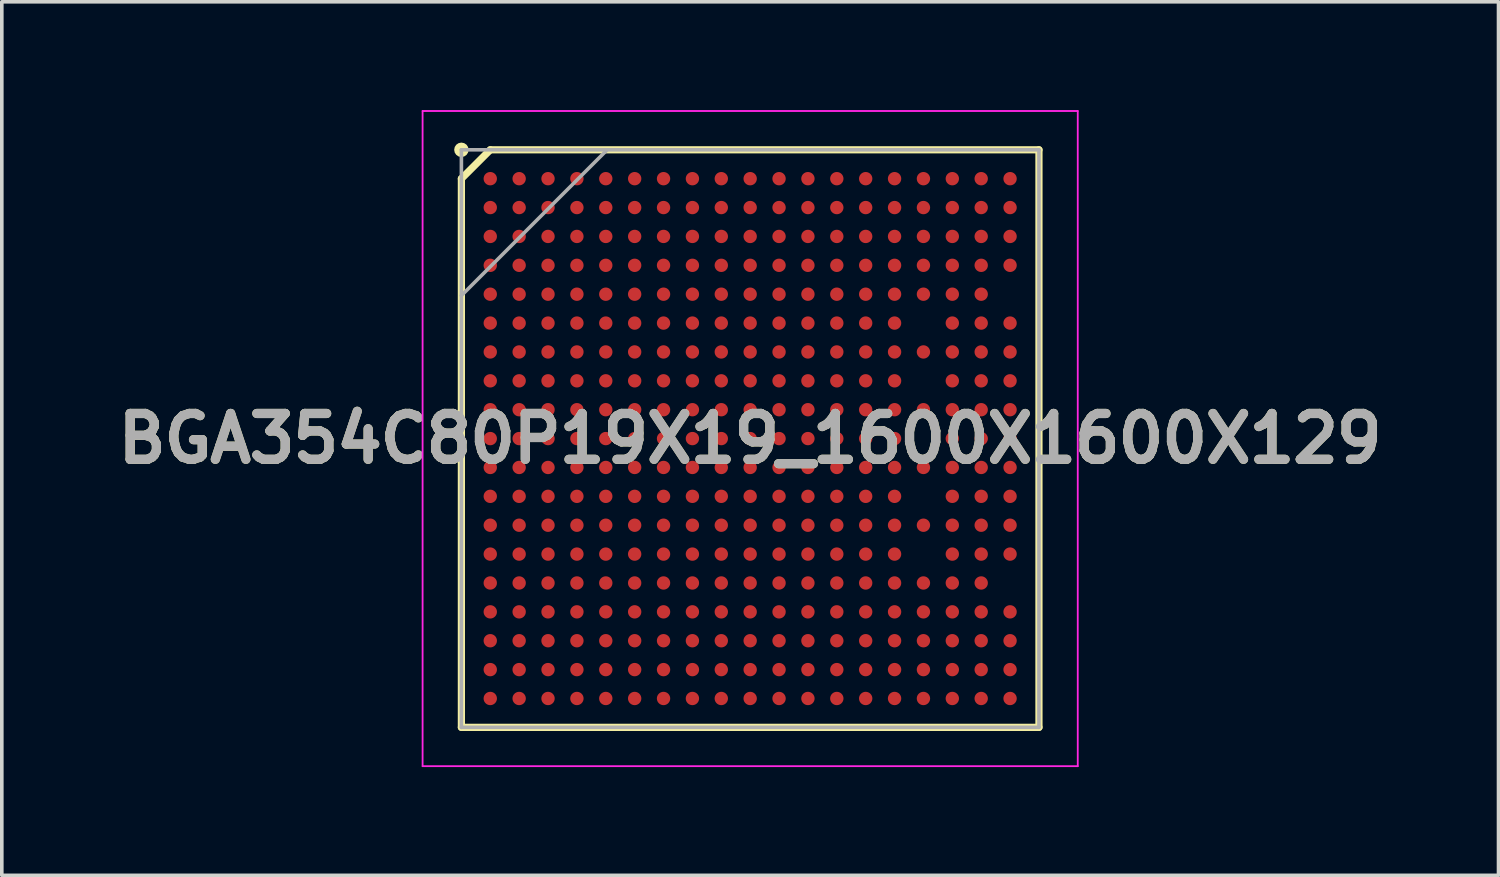
<source format=kicad_pcb>
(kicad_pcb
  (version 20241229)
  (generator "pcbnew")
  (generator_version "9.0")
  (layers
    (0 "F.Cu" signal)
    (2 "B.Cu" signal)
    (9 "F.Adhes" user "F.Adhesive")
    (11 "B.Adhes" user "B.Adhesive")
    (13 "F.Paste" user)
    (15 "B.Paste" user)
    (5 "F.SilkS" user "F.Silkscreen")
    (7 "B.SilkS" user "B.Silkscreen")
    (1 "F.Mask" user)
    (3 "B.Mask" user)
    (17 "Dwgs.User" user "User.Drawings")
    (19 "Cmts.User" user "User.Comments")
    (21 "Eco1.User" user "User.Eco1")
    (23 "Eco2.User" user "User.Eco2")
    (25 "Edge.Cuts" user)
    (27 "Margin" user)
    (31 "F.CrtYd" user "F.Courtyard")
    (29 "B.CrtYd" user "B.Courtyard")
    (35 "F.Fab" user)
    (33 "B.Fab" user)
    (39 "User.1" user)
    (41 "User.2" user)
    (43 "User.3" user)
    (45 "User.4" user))
  (footprint "BGA354C80P19X19_1600X1600X129"
    (layer "F.Cu")
    (at 17.732 9.1)
    (property "Reference" "BGA354C80P19X19_1600X1600X129" (at 0 0 0) (layer "F.SilkS") (effects (font (size 1.27 1.27) (thickness 0.254))))
    (attr smd)
    (fp_line (start -8 -7.2) (end -7.2 -8) (stroke (width 0.2) (type solid)) (layer "F.SilkS"))
    (fp_line (start -8 8) (end -8 -7.2) (stroke (width 0.2) (type solid)) (layer "F.SilkS"))
    (fp_line (start -7.2 -8) (end 8 -8) (stroke (width 0.2) (type solid)) (layer "F.SilkS"))
    (fp_line (start 8 -8) (end 8 8) (stroke (width 0.2) (type solid)) (layer "F.SilkS"))
    (fp_line (start 8 8) (end -8 8) (stroke (width 0.2) (type solid)) (layer "F.SilkS"))
    (fp_circle (center -8 -8) (end -8 -7.9) (stroke (width 0.2) (type solid)) (fill no) (layer "F.SilkS"))
    (fp_line (start -9.075 -9.075) (end 9.075 -9.075) (stroke (width 0.05) (type solid)) (layer "F.CrtYd"))
    (fp_line (start -9.075 9.075) (end -9.075 -9.075) (stroke (width 0.05) (type solid)) (layer "F.CrtYd"))
    (fp_line (start 9.075 -9.075) (end 9.075 9.075) (stroke (width 0.05) (type solid)) (layer "F.CrtYd"))
    (fp_line (start 9.075 9.075) (end -9.075 9.075) (stroke (width 0.05) (type solid)) (layer "F.CrtYd"))
    (fp_line (start -8 -8) (end 8 -8) (stroke (width 0.1) (type solid)) (layer "F.Fab"))
    (fp_line (start -8 -3.962) (end -3.962 -8) (stroke (width 0.1) (type solid)) (layer "F.Fab"))
    (fp_line (start -8 8) (end -8 -8) (stroke (width 0.1) (type solid)) (layer "F.Fab"))
    (fp_line (start 8 -8) (end 8 8) (stroke (width 0.1) (type solid)) (layer "F.Fab"))
    (fp_line (start 8 8) (end -8 8) (stroke (width 0.1) (type solid)) (layer "F.Fab"))
    (fp_text user "${REFERENCE}" (at 0 0 0) (layer "F.Fab") (effects (font (size 1.27 1.27) (thickness 0.254))))
    (pad "A1" smd circle (at -7.2 -7.2 90) (size 0.37 0.37) (layers "F.Cu" "F.Mask" "F.Paste"))
    (pad "A2" smd circle (at -6.4 -7.2 90) (size 0.37 0.37) (layers "F.Cu" "F.Mask" "F.Paste"))
    (pad "A3" smd circle (at -5.6 -7.2 90) (size 0.37 0.37) (layers "F.Cu" "F.Mask" "F.Paste"))
    (pad "A4" smd circle (at -4.8 -7.2 90) (size 0.37 0.37) (layers "F.Cu" "F.Mask" "F.Paste"))
    (pad "A5" smd circle (at -4 -7.2 90) (size 0.37 0.37) (layers "F.Cu" "F.Mask" "F.Paste"))
    (pad "A6" smd circle (at -3.2 -7.2 90) (size 0.37 0.37) (layers "F.Cu" "F.Mask" "F.Paste"))
    (pad "A7" smd circle (at -2.4 -7.2 90) (size 0.37 0.37) (layers "F.Cu" "F.Mask" "F.Paste"))
    (pad "A8" smd circle (at -1.6 -7.2 90) (size 0.37 0.37) (layers "F.Cu" "F.Mask" "F.Paste"))
    (pad "A9" smd circle (at -0.8 -7.2 90) (size 0.37 0.37) (layers "F.Cu" "F.Mask" "F.Paste"))
    (pad "A10" smd circle (at 0 -7.2 90) (size 0.37 0.37) (layers "F.Cu" "F.Mask" "F.Paste"))
    (pad "A11" smd circle (at 0.8 -7.2 90) (size 0.37 0.37) (layers "F.Cu" "F.Mask" "F.Paste"))
    (pad "A12" smd circle (at 1.6 -7.2 90) (size 0.37 0.37) (layers "F.Cu" "F.Mask" "F.Paste"))
    (pad "A13" smd circle (at 2.4 -7.2 90) (size 0.37 0.37) (layers "F.Cu" "F.Mask" "F.Paste"))
    (pad "A14" smd circle (at 3.2 -7.2 90) (size 0.37 0.37) (layers "F.Cu" "F.Mask" "F.Paste"))
    (pad "A15" smd circle (at 4 -7.2 90) (size 0.37 0.37) (layers "F.Cu" "F.Mask" "F.Paste"))
    (pad "A16" smd circle (at 4.8 -7.2 90) (size 0.37 0.37) (layers "F.Cu" "F.Mask" "F.Paste"))
    (pad "A17" smd circle (at 5.6 -7.2 90) (size 0.37 0.37) (layers "F.Cu" "F.Mask" "F.Paste"))
    (pad "A18" smd circle (at 6.4 -7.2 90) (size 0.37 0.37) (layers "F.Cu" "F.Mask" "F.Paste"))
    (pad "A19" smd circle (at 7.2 -7.2 90) (size 0.37 0.37) (layers "F.Cu" "F.Mask" "F.Paste"))
    (pad "B1" smd circle (at -7.2 -6.4 90) (size 0.37 0.37) (layers "F.Cu" "F.Mask" "F.Paste"))
    (pad "B2" smd circle (at -6.4 -6.4 90) (size 0.37 0.37) (layers "F.Cu" "F.Mask" "F.Paste"))
    (pad "B3" smd circle (at -5.6 -6.4 90) (size 0.37 0.37) (layers "F.Cu" "F.Mask" "F.Paste"))
    (pad "B4" smd circle (at -4.8 -6.4 90) (size 0.37 0.37) (layers "F.Cu" "F.Mask" "F.Paste"))
    (pad "B5" smd circle (at -4 -6.4 90) (size 0.37 0.37) (layers "F.Cu" "F.Mask" "F.Paste"))
    (pad "B6" smd circle (at -3.2 -6.4 90) (size 0.37 0.37) (layers "F.Cu" "F.Mask" "F.Paste"))
    (pad "B7" smd circle (at -2.4 -6.4 90) (size 0.37 0.37) (layers "F.Cu" "F.Mask" "F.Paste"))
    (pad "B8" smd circle (at -1.6 -6.4 90) (size 0.37 0.37) (layers "F.Cu" "F.Mask" "F.Paste"))
    (pad "B9" smd circle (at -0.8 -6.4 90) (size 0.37 0.37) (layers "F.Cu" "F.Mask" "F.Paste"))
    (pad "B10" smd circle (at 0 -6.4 90) (size 0.37 0.37) (layers "F.Cu" "F.Mask" "F.Paste"))
    (pad "B11" smd circle (at 0.8 -6.4 90) (size 0.37 0.37) (layers "F.Cu" "F.Mask" "F.Paste"))
    (pad "B12" smd circle (at 1.6 -6.4 90) (size 0.37 0.37) (layers "F.Cu" "F.Mask" "F.Paste"))
    (pad "B13" smd circle (at 2.4 -6.4 90) (size 0.37 0.37) (layers "F.Cu" "F.Mask" "F.Paste"))
    (pad "B14" smd circle (at 3.2 -6.4 90) (size 0.37 0.37) (layers "F.Cu" "F.Mask" "F.Paste"))
    (pad "B15" smd circle (at 4 -6.4 90) (size 0.37 0.37) (layers "F.Cu" "F.Mask" "F.Paste"))
    (pad "B16" smd circle (at 4.8 -6.4 90) (size 0.37 0.37) (layers "F.Cu" "F.Mask" "F.Paste"))
    (pad "B17" smd circle (at 5.6 -6.4 90) (size 0.37 0.37) (layers "F.Cu" "F.Mask" "F.Paste"))
    (pad "B18" smd circle (at 6.4 -6.4 90) (size 0.37 0.37) (layers "F.Cu" "F.Mask" "F.Paste"))
    (pad "B19" smd circle (at 7.2 -6.4 90) (size 0.37 0.37) (layers "F.Cu" "F.Mask" "F.Paste"))
    (pad "C1" smd circle (at -7.2 -5.6 90) (size 0.37 0.37) (layers "F.Cu" "F.Mask" "F.Paste"))
    (pad "C2" smd circle (at -6.4 -5.6 90) (size 0.37 0.37) (layers "F.Cu" "F.Mask" "F.Paste"))
    (pad "C3" smd circle (at -5.6 -5.6 90) (size 0.37 0.37) (layers "F.Cu" "F.Mask" "F.Paste"))
    (pad "C4" smd circle (at -4.8 -5.6 90) (size 0.37 0.37) (layers "F.Cu" "F.Mask" "F.Paste"))
    (pad "C5" smd circle (at -4 -5.6 90) (size 0.37 0.37) (layers "F.Cu" "F.Mask" "F.Paste"))
    (pad "C6" smd circle (at -3.2 -5.6 90) (size 0.37 0.37) (layers "F.Cu" "F.Mask" "F.Paste"))
    (pad "C7" smd circle (at -2.4 -5.6 90) (size 0.37 0.37) (layers "F.Cu" "F.Mask" "F.Paste"))
    (pad "C8" smd circle (at -1.6 -5.6 90) (size 0.37 0.37) (layers "F.Cu" "F.Mask" "F.Paste"))
    (pad "C9" smd circle (at -0.8 -5.6 90) (size 0.37 0.37) (layers "F.Cu" "F.Mask" "F.Paste"))
    (pad "C10" smd circle (at 0 -5.6 90) (size 0.37 0.37) (layers "F.Cu" "F.Mask" "F.Paste"))
    (pad "C11" smd circle (at 0.8 -5.6 90) (size 0.37 0.37) (layers "F.Cu" "F.Mask" "F.Paste"))
    (pad "C12" smd circle (at 1.6 -5.6 90) (size 0.37 0.37) (layers "F.Cu" "F.Mask" "F.Paste"))
    (pad "C13" smd circle (at 2.4 -5.6 90) (size 0.37 0.37) (layers "F.Cu" "F.Mask" "F.Paste"))
    (pad "C14" smd circle (at 3.2 -5.6 90) (size 0.37 0.37) (layers "F.Cu" "F.Mask" "F.Paste"))
    (pad "C15" smd circle (at 4 -5.6 90) (size 0.37 0.37) (layers "F.Cu" "F.Mask" "F.Paste"))
    (pad "C16" smd circle (at 4.8 -5.6 90) (size 0.37 0.37) (layers "F.Cu" "F.Mask" "F.Paste"))
    (pad "C17" smd circle (at 5.6 -5.6 90) (size 0.37 0.37) (layers "F.Cu" "F.Mask" "F.Paste"))
    (pad "C18" smd circle (at 6.4 -5.6 90) (size 0.37 0.37) (layers "F.Cu" "F.Mask" "F.Paste"))
    (pad "C19" smd circle (at 7.2 -5.6 90) (size 0.37 0.37) (layers "F.Cu" "F.Mask" "F.Paste"))
    (pad "D1" smd circle (at -7.2 -4.8 90) (size 0.37 0.37) (layers "F.Cu" "F.Mask" "F.Paste"))
    (pad "D2" smd circle (at -6.4 -4.8 90) (size 0.37 0.37) (layers "F.Cu" "F.Mask" "F.Paste"))
    (pad "D3" smd circle (at -5.6 -4.8 90) (size 0.37 0.37) (layers "F.Cu" "F.Mask" "F.Paste"))
    (pad "D4" smd circle (at -4.8 -4.8 90) (size 0.37 0.37) (layers "F.Cu" "F.Mask" "F.Paste"))
    (pad "D5" smd circle (at -4 -4.8 90) (size 0.37 0.37) (layers "F.Cu" "F.Mask" "F.Paste"))
    (pad "D6" smd circle (at -3.2 -4.8 90) (size 0.37 0.37) (layers "F.Cu" "F.Mask" "F.Paste"))
    (pad "D7" smd circle (at -2.4 -4.8 90) (size 0.37 0.37) (layers "F.Cu" "F.Mask" "F.Paste"))
    (pad "D8" smd circle (at -1.6 -4.8 90) (size 0.37 0.37) (layers "F.Cu" "F.Mask" "F.Paste"))
    (pad "D9" smd circle (at -0.8 -4.8 90) (size 0.37 0.37) (layers "F.Cu" "F.Mask" "F.Paste"))
    (pad "D10" smd circle (at 0 -4.8 90) (size 0.37 0.37) (layers "F.Cu" "F.Mask" "F.Paste"))
    (pad "D11" smd circle (at 0.8 -4.8 90) (size 0.37 0.37) (layers "F.Cu" "F.Mask" "F.Paste"))
    (pad "D12" smd circle (at 1.6 -4.8 90) (size 0.37 0.37) (layers "F.Cu" "F.Mask" "F.Paste"))
    (pad "D13" smd circle (at 2.4 -4.8 90) (size 0.37 0.37) (layers "F.Cu" "F.Mask" "F.Paste"))
    (pad "D14" smd circle (at 3.2 -4.8 90) (size 0.37 0.37) (layers "F.Cu" "F.Mask" "F.Paste"))
    (pad "D15" smd circle (at 4 -4.8 90) (size 0.37 0.37) (layers "F.Cu" "F.Mask" "F.Paste"))
    (pad "D16" smd circle (at 4.8 -4.8 90) (size 0.37 0.37) (layers "F.Cu" "F.Mask" "F.Paste"))
    (pad "D17" smd circle (at 5.6 -4.8 90) (size 0.37 0.37) (layers "F.Cu" "F.Mask" "F.Paste"))
    (pad "D18" smd circle (at 6.4 -4.8 90) (size 0.37 0.37) (layers "F.Cu" "F.Mask" "F.Paste"))
    (pad "D19" smd circle (at 7.2 -4.8 90) (size 0.37 0.37) (layers "F.Cu" "F.Mask" "F.Paste"))
    (pad "E1" smd circle (at -7.2 -4 90) (size 0.37 0.37) (layers "F.Cu" "F.Mask" "F.Paste"))
    (pad "E2" smd circle (at -6.4 -4 90) (size 0.37 0.37) (layers "F.Cu" "F.Mask" "F.Paste"))
    (pad "E3" smd circle (at -5.6 -4 90) (size 0.37 0.37) (layers "F.Cu" "F.Mask" "F.Paste"))
    (pad "E4" smd circle (at -4.8 -4 90) (size 0.37 0.37) (layers "F.Cu" "F.Mask" "F.Paste"))
    (pad "E5" smd circle (at -4 -4 90) (size 0.37 0.37) (layers "F.Cu" "F.Mask" "F.Paste"))
    (pad "E6" smd circle (at -3.2 -4 90) (size 0.37 0.37) (layers "F.Cu" "F.Mask" "F.Paste"))
    (pad "E7" smd circle (at -2.4 -4 90) (size 0.37 0.37) (layers "F.Cu" "F.Mask" "F.Paste"))
    (pad "E8" smd circle (at -1.6 -4 90) (size 0.37 0.37) (layers "F.Cu" "F.Mask" "F.Paste"))
    (pad "E9" smd circle (at -0.8 -4 90) (size 0.37 0.37) (layers "F.Cu" "F.Mask" "F.Paste"))
    (pad "E10" smd circle (at 0 -4 90) (size 0.37 0.37) (layers "F.Cu" "F.Mask" "F.Paste"))
    (pad "E11" smd circle (at 0.8 -4 90) (size 0.37 0.37) (layers "F.Cu" "F.Mask" "F.Paste"))
    (pad "E12" smd circle (at 1.6 -4 90) (size 0.37 0.37) (layers "F.Cu" "F.Mask" "F.Paste"))
    (pad "E13" smd circle (at 2.4 -4 90) (size 0.37 0.37) (layers "F.Cu" "F.Mask" "F.Paste"))
    (pad "E14" smd circle (at 3.2 -4 90) (size 0.37 0.37) (layers "F.Cu" "F.Mask" "F.Paste"))
    (pad "E15" smd circle (at 4 -4 90) (size 0.37 0.37) (layers "F.Cu" "F.Mask" "F.Paste"))
    (pad "E16" smd circle (at 4.8 -4 90) (size 0.37 0.37) (layers "F.Cu" "F.Mask" "F.Paste"))
    (pad "E17" smd circle (at 5.6 -4 90) (size 0.37 0.37) (layers "F.Cu" "F.Mask" "F.Paste"))
    (pad "E18" smd circle (at 6.4 -4 90) (size 0.37 0.37) (layers "F.Cu" "F.Mask" "F.Paste"))
    (pad "F1" smd circle (at -7.2 -3.2 90) (size 0.37 0.37) (layers "F.Cu" "F.Mask" "F.Paste"))
    (pad "F2" smd circle (at -6.4 -3.2 90) (size 0.37 0.37) (layers "F.Cu" "F.Mask" "F.Paste"))
    (pad "F3" smd circle (at -5.6 -3.2 90) (size 0.37 0.37) (layers "F.Cu" "F.Mask" "F.Paste"))
    (pad "F4" smd circle (at -4.8 -3.2 90) (size 0.37 0.37) (layers "F.Cu" "F.Mask" "F.Paste"))
    (pad "F5" smd circle (at -4 -3.2 90) (size 0.37 0.37) (layers "F.Cu" "F.Mask" "F.Paste"))
    (pad "F6" smd circle (at -3.2 -3.2 90) (size 0.37 0.37) (layers "F.Cu" "F.Mask" "F.Paste"))
    (pad "F7" smd circle (at -2.4 -3.2 90) (size 0.37 0.37) (layers "F.Cu" "F.Mask" "F.Paste"))
    (pad "F8" smd circle (at -1.6 -3.2 90) (size 0.37 0.37) (layers "F.Cu" "F.Mask" "F.Paste"))
    (pad "F9" smd circle (at -0.8 -3.2 90) (size 0.37 0.37) (layers "F.Cu" "F.Mask" "F.Paste"))
    (pad "F10" smd circle (at 0 -3.2 90) (size 0.37 0.37) (layers "F.Cu" "F.Mask" "F.Paste"))
    (pad "F11" smd circle (at 0.8 -3.2 90) (size 0.37 0.37) (layers "F.Cu" "F.Mask" "F.Paste"))
    (pad "F12" smd circle (at 1.6 -3.2 90) (size 0.37 0.37) (layers "F.Cu" "F.Mask" "F.Paste"))
    (pad "F13" smd circle (at 2.4 -3.2 90) (size 0.37 0.37) (layers "F.Cu" "F.Mask" "F.Paste"))
    (pad "F14" smd circle (at 3.2 -3.2 90) (size 0.37 0.37) (layers "F.Cu" "F.Mask" "F.Paste"))
    (pad "F15" smd circle (at 4 -3.2 90) (size 0.37 0.37) (layers "F.Cu" "F.Mask" "F.Paste"))
    (pad "F17" smd circle (at 5.6 -3.2 90) (size 0.37 0.37) (layers "F.Cu" "F.Mask" "F.Paste"))
    (pad "F18" smd circle (at 6.4 -3.2 90) (size 0.37 0.37) (layers "F.Cu" "F.Mask" "F.Paste"))
    (pad "F19" smd circle (at 7.2 -3.2 90) (size 0.37 0.37) (layers "F.Cu" "F.Mask" "F.Paste"))
    (pad "G1" smd circle (at -7.2 -2.4 90) (size 0.37 0.37) (layers "F.Cu" "F.Mask" "F.Paste"))
    (pad "G2" smd circle (at -6.4 -2.4 90) (size 0.37 0.37) (layers "F.Cu" "F.Mask" "F.Paste"))
    (pad "G3" smd circle (at -5.6 -2.4 90) (size 0.37 0.37) (layers "F.Cu" "F.Mask" "F.Paste"))
    (pad "G4" smd circle (at -4.8 -2.4 90) (size 0.37 0.37) (layers "F.Cu" "F.Mask" "F.Paste"))
    (pad "G5" smd circle (at -4 -2.4 90) (size 0.37 0.37) (layers "F.Cu" "F.Mask" "F.Paste"))
    (pad "G6" smd circle (at -3.2 -2.4 90) (size 0.37 0.37) (layers "F.Cu" "F.Mask" "F.Paste"))
    (pad "G7" smd circle (at -2.4 -2.4 90) (size 0.37 0.37) (layers "F.Cu" "F.Mask" "F.Paste"))
    (pad "G8" smd circle (at -1.6 -2.4 90) (size 0.37 0.37) (layers "F.Cu" "F.Mask" "F.Paste"))
    (pad "G9" smd circle (at -0.8 -2.4 90) (size 0.37 0.37) (layers "F.Cu" "F.Mask" "F.Paste"))
    (pad "G10" smd circle (at 0 -2.4 90) (size 0.37 0.37) (layers "F.Cu" "F.Mask" "F.Paste"))
    (pad "G11" smd circle (at 0.8 -2.4 90) (size 0.37 0.37) (layers "F.Cu" "F.Mask" "F.Paste"))
    (pad "G12" smd circle (at 1.6 -2.4 90) (size 0.37 0.37) (layers "F.Cu" "F.Mask" "F.Paste"))
    (pad "G13" smd circle (at 2.4 -2.4 90) (size 0.37 0.37) (layers "F.Cu" "F.Mask" "F.Paste"))
    (pad "G14" smd circle (at 3.2 -2.4 90) (size 0.37 0.37) (layers "F.Cu" "F.Mask" "F.Paste"))
    (pad "G15" smd circle (at 4 -2.4 90) (size 0.37 0.37) (layers "F.Cu" "F.Mask" "F.Paste"))
    (pad "G16" smd circle (at 4.8 -2.4 90) (size 0.37 0.37) (layers "F.Cu" "F.Mask" "F.Paste"))
    (pad "G17" smd circle (at 5.6 -2.4 90) (size 0.37 0.37) (layers "F.Cu" "F.Mask" "F.Paste"))
    (pad "G18" smd circle (at 6.4 -2.4 90) (size 0.37 0.37) (layers "F.Cu" "F.Mask" "F.Paste"))
    (pad "G19" smd circle (at 7.2 -2.4 90) (size 0.37 0.37) (layers "F.Cu" "F.Mask" "F.Paste"))
    (pad "H1" smd circle (at -7.2 -1.6 90) (size 0.37 0.37) (layers "F.Cu" "F.Mask" "F.Paste"))
    (pad "H2" smd circle (at -6.4 -1.6 90) (size 0.37 0.37) (layers "F.Cu" "F.Mask" "F.Paste"))
    (pad "H3" smd circle (at -5.6 -1.6 90) (size 0.37 0.37) (layers "F.Cu" "F.Mask" "F.Paste"))
    (pad "H4" smd circle (at -4.8 -1.6 90) (size 0.37 0.37) (layers "F.Cu" "F.Mask" "F.Paste"))
    (pad "H5" smd circle (at -4 -1.6 90) (size 0.37 0.37) (layers "F.Cu" "F.Mask" "F.Paste"))
    (pad "H6" smd circle (at -3.2 -1.6 90) (size 0.37 0.37) (layers "F.Cu" "F.Mask" "F.Paste"))
    (pad "H7" smd circle (at -2.4 -1.6 90) (size 0.37 0.37) (layers "F.Cu" "F.Mask" "F.Paste"))
    (pad "H8" smd circle (at -1.6 -1.6 90) (size 0.37 0.37) (layers "F.Cu" "F.Mask" "F.Paste"))
    (pad "H9" smd circle (at -0.8 -1.6 90) (size 0.37 0.37) (layers "F.Cu" "F.Mask" "F.Paste"))
    (pad "H10" smd circle (at 0 -1.6 90) (size 0.37 0.37) (layers "F.Cu" "F.Mask" "F.Paste"))
    (pad "H11" smd circle (at 0.8 -1.6 90) (size 0.37 0.37) (layers "F.Cu" "F.Mask" "F.Paste"))
    (pad "H12" smd circle (at 1.6 -1.6 90) (size 0.37 0.37) (layers "F.Cu" "F.Mask" "F.Paste"))
    (pad "H13" smd circle (at 2.4 -1.6 90) (size 0.37 0.37) (layers "F.Cu" "F.Mask" "F.Paste"))
    (pad "H14" smd circle (at 3.2 -1.6 90) (size 0.37 0.37) (layers "F.Cu" "F.Mask" "F.Paste"))
    (pad "H15" smd circle (at 4 -1.6 90) (size 0.37 0.37) (layers "F.Cu" "F.Mask" "F.Paste"))
    (pad "H17" smd circle (at 5.6 -1.6 90) (size 0.37 0.37) (layers "F.Cu" "F.Mask" "F.Paste"))
    (pad "H18" smd circle (at 6.4 -1.6 90) (size 0.37 0.37) (layers "F.Cu" "F.Mask" "F.Paste"))
    (pad "H19" smd circle (at 7.2 -1.6 90) (size 0.37 0.37) (layers "F.Cu" "F.Mask" "F.Paste"))
    (pad "J1" smd circle (at -7.2 -0.8 90) (size 0.37 0.37) (layers "F.Cu" "F.Mask" "F.Paste"))
    (pad "J2" smd circle (at -6.4 -0.8 90) (size 0.37 0.37) (layers "F.Cu" "F.Mask" "F.Paste"))
    (pad "J3" smd circle (at -5.6 -0.8 90) (size 0.37 0.37) (layers "F.Cu" "F.Mask" "F.Paste"))
    (pad "J4" smd circle (at -4.8 -0.8 90) (size 0.37 0.37) (layers "F.Cu" "F.Mask" "F.Paste"))
    (pad "J5" smd circle (at -4 -0.8 90) (size 0.37 0.37) (layers "F.Cu" "F.Mask" "F.Paste"))
    (pad "J6" smd circle (at -3.2 -0.8 90) (size 0.37 0.37) (layers "F.Cu" "F.Mask" "F.Paste"))
    (pad "J7" smd circle (at -2.4 -0.8 90) (size 0.37 0.37) (layers "F.Cu" "F.Mask" "F.Paste"))
    (pad "J8" smd circle (at -1.6 -0.8 90) (size 0.37 0.37) (layers "F.Cu" "F.Mask" "F.Paste"))
    (pad "J9" smd circle (at -0.8 -0.8 90) (size 0.37 0.37) (layers "F.Cu" "F.Mask" "F.Paste"))
    (pad "J10" smd circle (at 0 -0.8 90) (size 0.37 0.37) (layers "F.Cu" "F.Mask" "F.Paste"))
    (pad "J11" smd circle (at 0.8 -0.8 90) (size 0.37 0.37) (layers "F.Cu" "F.Mask" "F.Paste"))
    (pad "J12" smd circle (at 1.6 -0.8 90) (size 0.37 0.37) (layers "F.Cu" "F.Mask" "F.Paste"))
    (pad "J13" smd circle (at 2.4 -0.8 90) (size 0.37 0.37) (layers "F.Cu" "F.Mask" "F.Paste"))
    (pad "J14" smd circle (at 3.2 -0.8 90) (size 0.37 0.37) (layers "F.Cu" "F.Mask" "F.Paste"))
    (pad "J15" smd circle (at 4 -0.8 90) (size 0.37 0.37) (layers "F.Cu" "F.Mask" "F.Paste"))
    (pad "J16" smd circle (at 4.8 -0.8 90) (size 0.37 0.37) (layers "F.Cu" "F.Mask" "F.Paste"))
    (pad "J17" smd circle (at 5.6 -0.8 90) (size 0.37 0.37) (layers "F.Cu" "F.Mask" "F.Paste"))
    (pad "J18" smd circle (at 6.4 -0.8 90) (size 0.37 0.37) (layers "F.Cu" "F.Mask" "F.Paste"))
    (pad "J19" smd circle (at 7.2 -0.8 90) (size 0.37 0.37) (layers "F.Cu" "F.Mask" "F.Paste"))
    (pad "K1" smd circle (at -7.2 0 90) (size 0.37 0.37) (layers "F.Cu" "F.Mask" "F.Paste"))
    (pad "K2" smd circle (at -6.4 0 90) (size 0.37 0.37) (layers "F.Cu" "F.Mask" "F.Paste"))
    (pad "K3" smd circle (at -5.6 0 90) (size 0.37 0.37) (layers "F.Cu" "F.Mask" "F.Paste"))
    (pad "K4" smd circle (at -4.8 0 90) (size 0.37 0.37) (layers "F.Cu" "F.Mask" "F.Paste"))
    (pad "K5" smd circle (at -4 0 90) (size 0.37 0.37) (layers "F.Cu" "F.Mask" "F.Paste"))
    (pad "K6" smd circle (at -3.2 0 90) (size 0.37 0.37) (layers "F.Cu" "F.Mask" "F.Paste"))
    (pad "K7" smd circle (at -2.4 0 90) (size 0.37 0.37) (layers "F.Cu" "F.Mask" "F.Paste"))
    (pad "K8" smd circle (at -1.6 0 90) (size 0.37 0.37) (layers "F.Cu" "F.Mask" "F.Paste"))
    (pad "K9" smd circle (at -0.8 0 90) (size 0.37 0.37) (layers "F.Cu" "F.Mask" "F.Paste"))
    (pad "K10" smd circle (at 0 0 90) (size 0.37 0.37) (layers "F.Cu" "F.Mask" "F.Paste"))
    (pad "K11" smd circle (at 0.8 0 90) (size 0.37 0.37) (layers "F.Cu" "F.Mask" "F.Paste"))
    (pad "K12" smd circle (at 1.6 0 90) (size 0.37 0.37) (layers "F.Cu" "F.Mask" "F.Paste"))
    (pad "K13" smd circle (at 2.4 0 90) (size 0.37 0.37) (layers "F.Cu" "F.Mask" "F.Paste"))
    (pad "K14" smd circle (at 3.2 0 90) (size 0.37 0.37) (layers "F.Cu" "F.Mask" "F.Paste"))
    (pad "K15" smd circle (at 4 0 90) (size 0.37 0.37) (layers "F.Cu" "F.Mask" "F.Paste"))
    (pad "K17" smd circle (at 5.6 0 90) (size 0.37 0.37) (layers "F.Cu" "F.Mask" "F.Paste"))
    (pad "K18" smd circle (at 6.4 0 90) (size 0.37 0.37) (layers "F.Cu" "F.Mask" "F.Paste"))
    (pad "K19" smd circle (at 7.2 0 90) (size 0.37 0.37) (layers "F.Cu" "F.Mask" "F.Paste"))
    (pad "L1" smd circle (at -7.2 0.8 90) (size 0.37 0.37) (layers "F.Cu" "F.Mask" "F.Paste"))
    (pad "L2" smd circle (at -6.4 0.8 90) (size 0.37 0.37) (layers "F.Cu" "F.Mask" "F.Paste"))
    (pad "L3" smd circle (at -5.6 0.8 90) (size 0.37 0.37) (layers "F.Cu" "F.Mask" "F.Paste"))
    (pad "L4" smd circle (at -4.8 0.8 90) (size 0.37 0.37) (layers "F.Cu" "F.Mask" "F.Paste"))
    (pad "L5" smd circle (at -4 0.8 90) (size 0.37 0.37) (layers "F.Cu" "F.Mask" "F.Paste"))
    (pad "L6" smd circle (at -3.2 0.8 90) (size 0.37 0.37) (layers "F.Cu" "F.Mask" "F.Paste"))
    (pad "L7" smd circle (at -2.4 0.8 90) (size 0.37 0.37) (layers "F.Cu" "F.Mask" "F.Paste"))
    (pad "L8" smd circle (at -1.6 0.8 90) (size 0.37 0.37) (layers "F.Cu" "F.Mask" "F.Paste"))
    (pad "L9" smd circle (at -0.8 0.8 90) (size 0.37 0.37) (layers "F.Cu" "F.Mask" "F.Paste"))
    (pad "L10" smd circle (at 0 0.8 90) (size 0.37 0.37) (layers "F.Cu" "F.Mask" "F.Paste"))
    (pad "L11" smd circle (at 0.8 0.8 90) (size 0.37 0.37) (layers "F.Cu" "F.Mask" "F.Paste"))
    (pad "L12" smd circle (at 1.6 0.8 90) (size 0.37 0.37) (layers "F.Cu" "F.Mask" "F.Paste"))
    (pad "L13" smd circle (at 2.4 0.8 90) (size 0.37 0.37) (layers "F.Cu" "F.Mask" "F.Paste"))
    (pad "L14" smd circle (at 3.2 0.8 90) (size 0.37 0.37) (layers "F.Cu" "F.Mask" "F.Paste"))
    (pad "L15" smd circle (at 4 0.8 90) (size 0.37 0.37) (layers "F.Cu" "F.Mask" "F.Paste"))
    (pad "L16" smd circle (at 4.8 0.8 90) (size 0.37 0.37) (layers "F.Cu" "F.Mask" "F.Paste"))
    (pad "L17" smd circle (at 5.6 0.8 90) (size 0.37 0.37) (layers "F.Cu" "F.Mask" "F.Paste"))
    (pad "L18" smd circle (at 6.4 0.8 90) (size 0.37 0.37) (layers "F.Cu" "F.Mask" "F.Paste"))
    (pad "L19" smd circle (at 7.2 0.8 90) (size 0.37 0.37) (layers "F.Cu" "F.Mask" "F.Paste"))
    (pad "M1" smd circle (at -7.2 1.6 90) (size 0.37 0.37) (layers "F.Cu" "F.Mask" "F.Paste"))
    (pad "M2" smd circle (at -6.4 1.6 90) (size 0.37 0.37) (layers "F.Cu" "F.Mask" "F.Paste"))
    (pad "M3" smd circle (at -5.6 1.6 90) (size 0.37 0.37) (layers "F.Cu" "F.Mask" "F.Paste"))
    (pad "M4" smd circle (at -4.8 1.6 90) (size 0.37 0.37) (layers "F.Cu" "F.Mask" "F.Paste"))
    (pad "M5" smd circle (at -4 1.6 90) (size 0.37 0.37) (layers "F.Cu" "F.Mask" "F.Paste"))
    (pad "M6" smd circle (at -3.2 1.6 90) (size 0.37 0.37) (layers "F.Cu" "F.Mask" "F.Paste"))
    (pad "M7" smd circle (at -2.4 1.6 90) (size 0.37 0.37) (layers "F.Cu" "F.Mask" "F.Paste"))
    (pad "M8" smd circle (at -1.6 1.6 90) (size 0.37 0.37) (layers "F.Cu" "F.Mask" "F.Paste"))
    (pad "M9" smd circle (at -0.8 1.6 90) (size 0.37 0.37) (layers "F.Cu" "F.Mask" "F.Paste"))
    (pad "M10" smd circle (at 0 1.6 90) (size 0.37 0.37) (layers "F.Cu" "F.Mask" "F.Paste"))
    (pad "M11" smd circle (at 0.8 1.6 90) (size 0.37 0.37) (layers "F.Cu" "F.Mask" "F.Paste"))
    (pad "M12" smd circle (at 1.6 1.6 90) (size 0.37 0.37) (layers "F.Cu" "F.Mask" "F.Paste"))
    (pad "M13" smd circle (at 2.4 1.6 90) (size 0.37 0.37) (layers "F.Cu" "F.Mask" "F.Paste"))
    (pad "M14" smd circle (at 3.2 1.6 90) (size 0.37 0.37) (layers "F.Cu" "F.Mask" "F.Paste"))
    (pad "M15" smd circle (at 4 1.6 90) (size 0.37 0.37) (layers "F.Cu" "F.Mask" "F.Paste"))
    (pad "M17" smd circle (at 5.6 1.6 90) (size 0.37 0.37) (layers "F.Cu" "F.Mask" "F.Paste"))
    (pad "M18" smd circle (at 6.4 1.6 90) (size 0.37 0.37) (layers "F.Cu" "F.Mask" "F.Paste"))
    (pad "M19" smd circle (at 7.2 1.6 90) (size 0.37 0.37) (layers "F.Cu" "F.Mask" "F.Paste"))
    (pad "N1" smd circle (at -7.2 2.4 90) (size 0.37 0.37) (layers "F.Cu" "F.Mask" "F.Paste"))
    (pad "N2" smd circle (at -6.4 2.4 90) (size 0.37 0.37) (layers "F.Cu" "F.Mask" "F.Paste"))
    (pad "N3" smd circle (at -5.6 2.4 90) (size 0.37 0.37) (layers "F.Cu" "F.Mask" "F.Paste"))
    (pad "N4" smd circle (at -4.8 2.4 90) (size 0.37 0.37) (layers "F.Cu" "F.Mask" "F.Paste"))
    (pad "N5" smd circle (at -4 2.4 90) (size 0.37 0.37) (layers "F.Cu" "F.Mask" "F.Paste"))
    (pad "N6" smd circle (at -3.2 2.4 90) (size 0.37 0.37) (layers "F.Cu" "F.Mask" "F.Paste"))
    (pad "N7" smd circle (at -2.4 2.4 90) (size 0.37 0.37) (layers "F.Cu" "F.Mask" "F.Paste"))
    (pad "N8" smd circle (at -1.6 2.4 90) (size 0.37 0.37) (layers "F.Cu" "F.Mask" "F.Paste"))
    (pad "N9" smd circle (at -0.8 2.4 90) (size 0.37 0.37) (layers "F.Cu" "F.Mask" "F.Paste"))
    (pad "N10" smd circle (at 0 2.4 90) (size 0.37 0.37) (layers "F.Cu" "F.Mask" "F.Paste"))
    (pad "N11" smd circle (at 0.8 2.4 90) (size 0.37 0.37) (layers "F.Cu" "F.Mask" "F.Paste"))
    (pad "N12" smd circle (at 1.6 2.4 90) (size 0.37 0.37) (layers "F.Cu" "F.Mask" "F.Paste"))
    (pad "N13" smd circle (at 2.4 2.4 90) (size 0.37 0.37) (layers "F.Cu" "F.Mask" "F.Paste"))
    (pad "N14" smd circle (at 3.2 2.4 90) (size 0.37 0.37) (layers "F.Cu" "F.Mask" "F.Paste"))
    (pad "N15" smd circle (at 4 2.4 90) (size 0.37 0.37) (layers "F.Cu" "F.Mask" "F.Paste"))
    (pad "N16" smd circle (at 4.8 2.4 90) (size 0.37 0.37) (layers "F.Cu" "F.Mask" "F.Paste"))
    (pad "N17" smd circle (at 5.6 2.4 90) (size 0.37 0.37) (layers "F.Cu" "F.Mask" "F.Paste"))
    (pad "N18" smd circle (at 6.4 2.4 90) (size 0.37 0.37) (layers "F.Cu" "F.Mask" "F.Paste"))
    (pad "N19" smd circle (at 7.2 2.4 90) (size 0.37 0.37) (layers "F.Cu" "F.Mask" "F.Paste"))
    (pad "P1" smd circle (at -7.2 3.2 90) (size 0.37 0.37) (layers "F.Cu" "F.Mask" "F.Paste"))
    (pad "P2" smd circle (at -6.4 3.2 90) (size 0.37 0.37) (layers "F.Cu" "F.Mask" "F.Paste"))
    (pad "P3" smd circle (at -5.6 3.2 90) (size 0.37 0.37) (layers "F.Cu" "F.Mask" "F.Paste"))
    (pad "P4" smd circle (at -4.8 3.2 90) (size 0.37 0.37) (layers "F.Cu" "F.Mask" "F.Paste"))
    (pad "P5" smd circle (at -4 3.2 90) (size 0.37 0.37) (layers "F.Cu" "F.Mask" "F.Paste"))
    (pad "P6" smd circle (at -3.2 3.2 90) (size 0.37 0.37) (layers "F.Cu" "F.Mask" "F.Paste"))
    (pad "P7" smd circle (at -2.4 3.2 90) (size 0.37 0.37) (layers "F.Cu" "F.Mask" "F.Paste"))
    (pad "P8" smd circle (at -1.6 3.2 90) (size 0.37 0.37) (layers "F.Cu" "F.Mask" "F.Paste"))
    (pad "P9" smd circle (at -0.8 3.2 90) (size 0.37 0.37) (layers "F.Cu" "F.Mask" "F.Paste"))
    (pad "P10" smd circle (at 0 3.2 90) (size 0.37 0.37) (layers "F.Cu" "F.Mask" "F.Paste"))
    (pad "P11" smd circle (at 0.8 3.2 90) (size 0.37 0.37) (layers "F.Cu" "F.Mask" "F.Paste"))
    (pad "P12" smd circle (at 1.6 3.2 90) (size 0.37 0.37) (layers "F.Cu" "F.Mask" "F.Paste"))
    (pad "P13" smd circle (at 2.4 3.2 90) (size 0.37 0.37) (layers "F.Cu" "F.Mask" "F.Paste"))
    (pad "P14" smd circle (at 3.2 3.2 90) (size 0.37 0.37) (layers "F.Cu" "F.Mask" "F.Paste"))
    (pad "P15" smd circle (at 4 3.2 90) (size 0.37 0.37) (layers "F.Cu" "F.Mask" "F.Paste"))
    (pad "P17" smd circle (at 5.6 3.2 90) (size 0.37 0.37) (layers "F.Cu" "F.Mask" "F.Paste"))
    (pad "P18" smd circle (at 6.4 3.2 90) (size 0.37 0.37) (layers "F.Cu" "F.Mask" "F.Paste"))
    (pad "P19" smd circle (at 7.2 3.2 90) (size 0.37 0.37) (layers "F.Cu" "F.Mask" "F.Paste"))
    (pad "R1" smd circle (at -7.2 4 90) (size 0.37 0.37) (layers "F.Cu" "F.Mask" "F.Paste"))
    (pad "R2" smd circle (at -6.4 4 90) (size 0.37 0.37) (layers "F.Cu" "F.Mask" "F.Paste"))
    (pad "R3" smd circle (at -5.6 4 90) (size 0.37 0.37) (layers "F.Cu" "F.Mask" "F.Paste"))
    (pad "R4" smd circle (at -4.8 4 90) (size 0.37 0.37) (layers "F.Cu" "F.Mask" "F.Paste"))
    (pad "R5" smd circle (at -4 4 90) (size 0.37 0.37) (layers "F.Cu" "F.Mask" "F.Paste"))
    (pad "R6" smd circle (at -3.2 4 90) (size 0.37 0.37) (layers "F.Cu" "F.Mask" "F.Paste"))
    (pad "R7" smd circle (at -2.4 4 90) (size 0.37 0.37) (layers "F.Cu" "F.Mask" "F.Paste"))
    (pad "R8" smd circle (at -1.6 4 90) (size 0.37 0.37) (layers "F.Cu" "F.Mask" "F.Paste"))
    (pad "R9" smd circle (at -0.8 4 90) (size 0.37 0.37) (layers "F.Cu" "F.Mask" "F.Paste"))
    (pad "R10" smd circle (at 0 4 90) (size 0.37 0.37) (layers "F.Cu" "F.Mask" "F.Paste"))
    (pad "R11" smd circle (at 0.8 4 90) (size 0.37 0.37) (layers "F.Cu" "F.Mask" "F.Paste"))
    (pad "R12" smd circle (at 1.6 4 90) (size 0.37 0.37) (layers "F.Cu" "F.Mask" "F.Paste"))
    (pad "R13" smd circle (at 2.4 4 90) (size 0.37 0.37) (layers "F.Cu" "F.Mask" "F.Paste"))
    (pad "R14" smd circle (at 3.2 4 90) (size 0.37 0.37) (layers "F.Cu" "F.Mask" "F.Paste"))
    (pad "R15" smd circle (at 4 4 90) (size 0.37 0.37) (layers "F.Cu" "F.Mask" "F.Paste"))
    (pad "R16" smd circle (at 4.8 4 90) (size 0.37 0.37) (layers "F.Cu" "F.Mask" "F.Paste"))
    (pad "R17" smd circle (at 5.6 4 90) (size 0.37 0.37) (layers "F.Cu" "F.Mask" "F.Paste"))
    (pad "R18" smd circle (at 6.4 4 90) (size 0.37 0.37) (layers "F.Cu" "F.Mask" "F.Paste"))
    (pad "T1" smd circle (at -7.2 4.8 90) (size 0.37 0.37) (layers "F.Cu" "F.Mask" "F.Paste"))
    (pad "T2" smd circle (at -6.4 4.8 90) (size 0.37 0.37) (layers "F.Cu" "F.Mask" "F.Paste"))
    (pad "T3" smd circle (at -5.6 4.8 90) (size 0.37 0.37) (layers "F.Cu" "F.Mask" "F.Paste"))
    (pad "T4" smd circle (at -4.8 4.8 90) (size 0.37 0.37) (layers "F.Cu" "F.Mask" "F.Paste"))
    (pad "T5" smd circle (at -4 4.8 90) (size 0.37 0.37) (layers "F.Cu" "F.Mask" "F.Paste"))
    (pad "T6" smd circle (at -3.2 4.8 90) (size 0.37 0.37) (layers "F.Cu" "F.Mask" "F.Paste"))
    (pad "T7" smd circle (at -2.4 4.8 90) (size 0.37 0.37) (layers "F.Cu" "F.Mask" "F.Paste"))
    (pad "T8" smd circle (at -1.6 4.8 90) (size 0.37 0.37) (layers "F.Cu" "F.Mask" "F.Paste"))
    (pad "T9" smd circle (at -0.8 4.8 90) (size 0.37 0.37) (layers "F.Cu" "F.Mask" "F.Paste"))
    (pad "T10" smd circle (at 0 4.8 90) (size 0.37 0.37) (layers "F.Cu" "F.Mask" "F.Paste"))
    (pad "T11" smd circle (at 0.8 4.8 90) (size 0.37 0.37) (layers "F.Cu" "F.Mask" "F.Paste"))
    (pad "T12" smd circle (at 1.6 4.8 90) (size 0.37 0.37) (layers "F.Cu" "F.Mask" "F.Paste"))
    (pad "T13" smd circle (at 2.4 4.8 90) (size 0.37 0.37) (layers "F.Cu" "F.Mask" "F.Paste"))
    (pad "T14" smd circle (at 3.2 4.8 90) (size 0.37 0.37) (layers "F.Cu" "F.Mask" "F.Paste"))
    (pad "T15" smd circle (at 4 4.8 90) (size 0.37 0.37) (layers "F.Cu" "F.Mask" "F.Paste"))
    (pad "T16" smd circle (at 4.8 4.8 90) (size 0.37 0.37) (layers "F.Cu" "F.Mask" "F.Paste"))
    (pad "T17" smd circle (at 5.6 4.8 90) (size 0.37 0.37) (layers "F.Cu" "F.Mask" "F.Paste"))
    (pad "T18" smd circle (at 6.4 4.8 90) (size 0.37 0.37) (layers "F.Cu" "F.Mask" "F.Paste"))
    (pad "T19" smd circle (at 7.2 4.8 90) (size 0.37 0.37) (layers "F.Cu" "F.Mask" "F.Paste"))
    (pad "U1" smd circle (at -7.2 5.6 90) (size 0.37 0.37) (layers "F.Cu" "F.Mask" "F.Paste"))
    (pad "U2" smd circle (at -6.4 5.6 90) (size 0.37 0.37) (layers "F.Cu" "F.Mask" "F.Paste"))
    (pad "U3" smd circle (at -5.6 5.6 90) (size 0.37 0.37) (layers "F.Cu" "F.Mask" "F.Paste"))
    (pad "U4" smd circle (at -4.8 5.6 90) (size 0.37 0.37) (layers "F.Cu" "F.Mask" "F.Paste"))
    (pad "U5" smd circle (at -4 5.6 90) (size 0.37 0.37) (layers "F.Cu" "F.Mask" "F.Paste"))
    (pad "U6" smd circle (at -3.2 5.6 90) (size 0.37 0.37) (layers "F.Cu" "F.Mask" "F.Paste"))
    (pad "U7" smd circle (at -2.4 5.6 90) (size 0.37 0.37) (layers "F.Cu" "F.Mask" "F.Paste"))
    (pad "U8" smd circle (at -1.6 5.6 90) (size 0.37 0.37) (layers "F.Cu" "F.Mask" "F.Paste"))
    (pad "U9" smd circle (at -0.8 5.6 90) (size 0.37 0.37) (layers "F.Cu" "F.Mask" "F.Paste"))
    (pad "U10" smd circle (at 0 5.6 90) (size 0.37 0.37) (layers "F.Cu" "F.Mask" "F.Paste"))
    (pad "U11" smd circle (at 0.8 5.6 90) (size 0.37 0.37) (layers "F.Cu" "F.Mask" "F.Paste"))
    (pad "U12" smd circle (at 1.6 5.6 90) (size 0.37 0.37) (layers "F.Cu" "F.Mask" "F.Paste"))
    (pad "U13" smd circle (at 2.4 5.6 90) (size 0.37 0.37) (layers "F.Cu" "F.Mask" "F.Paste"))
    (pad "U14" smd circle (at 3.2 5.6 90) (size 0.37 0.37) (layers "F.Cu" "F.Mask" "F.Paste"))
    (pad "U15" smd circle (at 4 5.6 90) (size 0.37 0.37) (layers "F.Cu" "F.Mask" "F.Paste"))
    (pad "U16" smd circle (at 4.8 5.6 90) (size 0.37 0.37) (layers "F.Cu" "F.Mask" "F.Paste"))
    (pad "U17" smd circle (at 5.6 5.6 90) (size 0.37 0.37) (layers "F.Cu" "F.Mask" "F.Paste"))
    (pad "U18" smd circle (at 6.4 5.6 90) (size 0.37 0.37) (layers "F.Cu" "F.Mask" "F.Paste"))
    (pad "U19" smd circle (at 7.2 5.6 90) (size 0.37 0.37) (layers "F.Cu" "F.Mask" "F.Paste"))
    (pad "V1" smd circle (at -7.2 6.4 90) (size 0.37 0.37) (layers "F.Cu" "F.Mask" "F.Paste"))
    (pad "V2" smd circle (at -6.4 6.4 90) (size 0.37 0.37) (layers "F.Cu" "F.Mask" "F.Paste"))
    (pad "V3" smd circle (at -5.6 6.4 90) (size 0.37 0.37) (layers "F.Cu" "F.Mask" "F.Paste"))
    (pad "V4" smd circle (at -4.8 6.4 90) (size 0.37 0.37) (layers "F.Cu" "F.Mask" "F.Paste"))
    (pad "V5" smd circle (at -4 6.4 90) (size 0.37 0.37) (layers "F.Cu" "F.Mask" "F.Paste"))
    (pad "V6" smd circle (at -3.2 6.4 90) (size 0.37 0.37) (layers "F.Cu" "F.Mask" "F.Paste"))
    (pad "V7" smd circle (at -2.4 6.4 90) (size 0.37 0.37) (layers "F.Cu" "F.Mask" "F.Paste"))
    (pad "V8" smd circle (at -1.6 6.4 90) (size 0.37 0.37) (layers "F.Cu" "F.Mask" "F.Paste"))
    (pad "V9" smd circle (at -0.8 6.4 90) (size 0.37 0.37) (layers "F.Cu" "F.Mask" "F.Paste"))
    (pad "V10" smd circle (at 0 6.4 90) (size 0.37 0.37) (layers "F.Cu" "F.Mask" "F.Paste"))
    (pad "V11" smd circle (at 0.8 6.4 90) (size 0.37 0.37) (layers "F.Cu" "F.Mask" "F.Paste"))
    (pad "V12" smd circle (at 1.6 6.4 90) (size 0.37 0.37) (layers "F.Cu" "F.Mask" "F.Paste"))
    (pad "V13" smd circle (at 2.4 6.4 90) (size 0.37 0.37) (layers "F.Cu" "F.Mask" "F.Paste"))
    (pad "V14" smd circle (at 3.2 6.4 90) (size 0.37 0.37) (layers "F.Cu" "F.Mask" "F.Paste"))
    (pad "V15" smd circle (at 4 6.4 90) (size 0.37 0.37) (layers "F.Cu" "F.Mask" "F.Paste"))
    (pad "V16" smd circle (at 4.8 6.4 90) (size 0.37 0.37) (layers "F.Cu" "F.Mask" "F.Paste"))
    (pad "V17" smd circle (at 5.6 6.4 90) (size 0.37 0.37) (layers "F.Cu" "F.Mask" "F.Paste"))
    (pad "V18" smd circle (at 6.4 6.4 90) (size 0.37 0.37) (layers "F.Cu" "F.Mask" "F.Paste"))
    (pad "V19" smd circle (at 7.2 6.4 90) (size 0.37 0.37) (layers "F.Cu" "F.Mask" "F.Paste"))
    (pad "W1" smd circle (at -7.2 7.2 90) (size 0.37 0.37) (layers "F.Cu" "F.Mask" "F.Paste"))
    (pad "W2" smd circle (at -6.4 7.2 90) (size 0.37 0.37) (layers "F.Cu" "F.Mask" "F.Paste"))
    (pad "W3" smd circle (at -5.6 7.2 90) (size 0.37 0.37) (layers "F.Cu" "F.Mask" "F.Paste"))
    (pad "W4" smd circle (at -4.8 7.2 90) (size 0.37 0.37) (layers "F.Cu" "F.Mask" "F.Paste"))
    (pad "W5" smd circle (at -4 7.2 90) (size 0.37 0.37) (layers "F.Cu" "F.Mask" "F.Paste"))
    (pad "W6" smd circle (at -3.2 7.2 90) (size 0.37 0.37) (layers "F.Cu" "F.Mask" "F.Paste"))
    (pad "W7" smd circle (at -2.4 7.2 90) (size 0.37 0.37) (layers "F.Cu" "F.Mask" "F.Paste"))
    (pad "W8" smd circle (at -1.6 7.2 90) (size 0.37 0.37) (layers "F.Cu" "F.Mask" "F.Paste"))
    (pad "W9" smd circle (at -0.8 7.2 90) (size 0.37 0.37) (layers "F.Cu" "F.Mask" "F.Paste"))
    (pad "W10" smd circle (at 0 7.2 90) (size 0.37 0.37) (layers "F.Cu" "F.Mask" "F.Paste"))
    (pad "W11" smd circle (at 0.8 7.2 90) (size 0.37 0.37) (layers "F.Cu" "F.Mask" "F.Paste"))
    (pad "W12" smd circle (at 1.6 7.2 90) (size 0.37 0.37) (layers "F.Cu" "F.Mask" "F.Paste"))
    (pad "W13" smd circle (at 2.4 7.2 90) (size 0.37 0.37) (layers "F.Cu" "F.Mask" "F.Paste"))
    (pad "W14" smd circle (at 3.2 7.2 90) (size 0.37 0.37) (layers "F.Cu" "F.Mask" "F.Paste"))
    (pad "W15" smd circle (at 4 7.2 90) (size 0.37 0.37) (layers "F.Cu" "F.Mask" "F.Paste"))
    (pad "W16" smd circle (at 4.8 7.2 90) (size 0.37 0.37) (layers "F.Cu" "F.Mask" "F.Paste"))
    (pad "W17" smd circle (at 5.6 7.2 90) (size 0.37 0.37) (layers "F.Cu" "F.Mask" "F.Paste"))
    (pad "W18" smd circle (at 6.4 7.2 90) (size 0.37 0.37) (layers "F.Cu" "F.Mask" "F.Paste"))
    (pad "W19" smd circle (at 7.2 7.2 90) (size 0.37 0.37) (layers "F.Cu" "F.Mask" "F.Paste")))
  (gr_rect
    (start -3 -3)
    (end 38.463 21.2)
    (stroke (width 0.1) (type default))
    (fill no)
    (layer "Edge.Cuts")))
</source>
